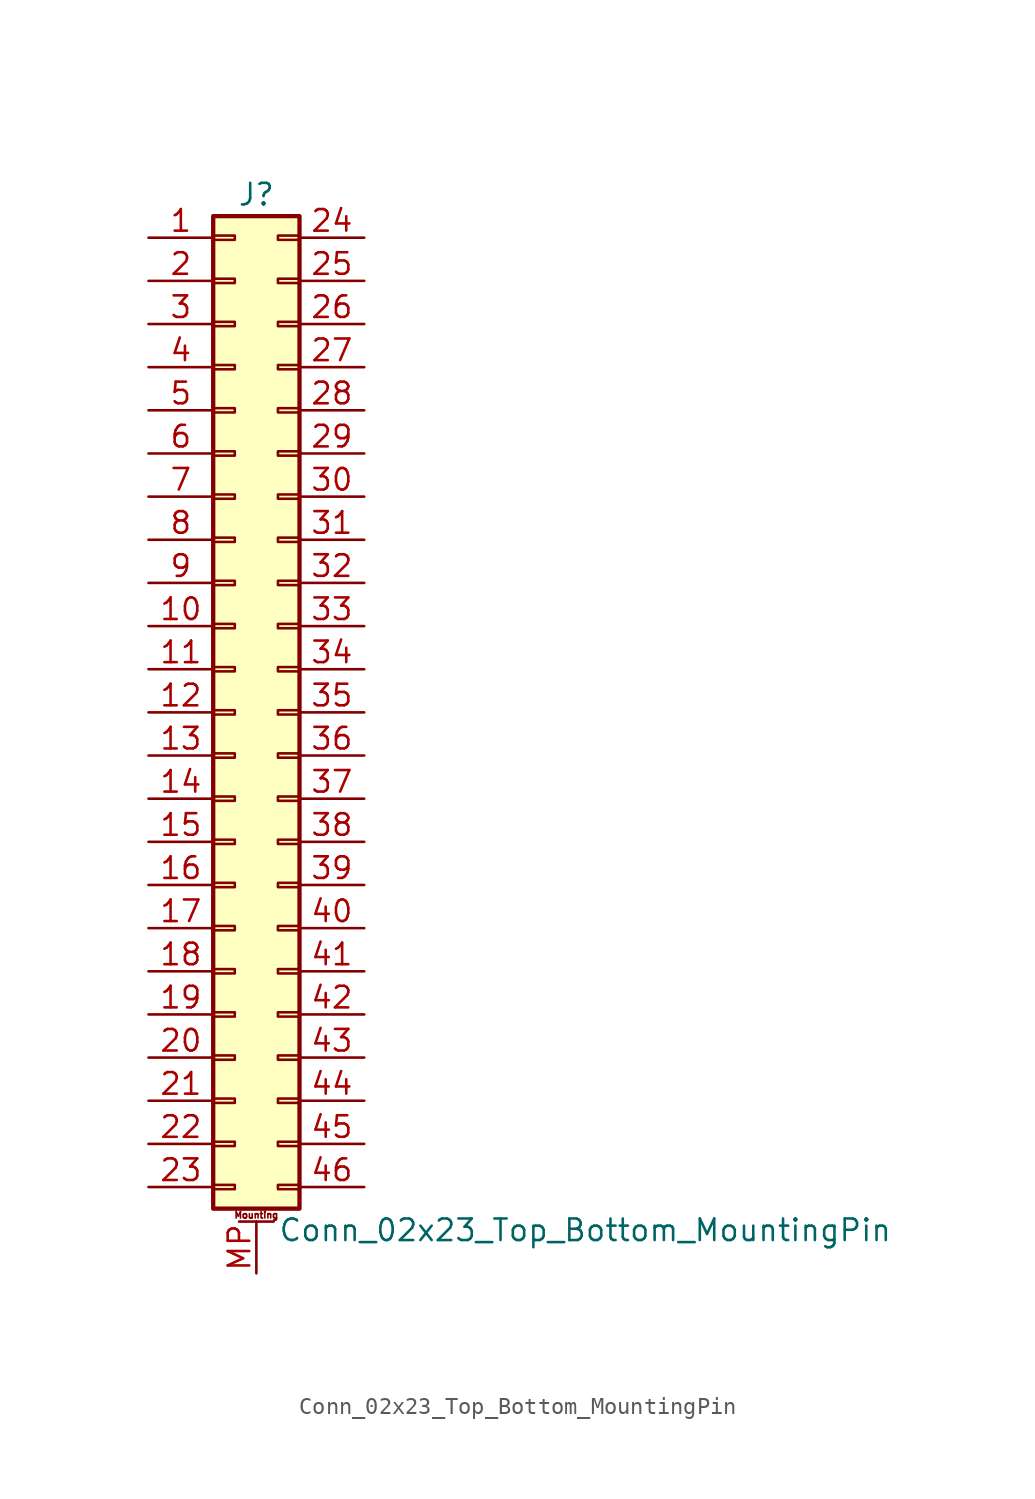
<source format=kicad_sym>
(kicad_symbol_lib
  (version 20211014)
  (generator kicad_symbol_editor)
  (symbol "Conn_02x23_Top_Bottom_MountingPin"
    (pin_names
      (offset 1.016) hide)
    (property "Reference" "J"
      (at 1.27 30.48 0)
      (effects (font (size 1.27 1.27))))
    (property "Value" "Conn_02x23_Top_Bottom_MountingPin"
      (at 2.54 -30.48 0)
      (effects (font (size 1.27 1.27)) (justify left)))
    (symbol "Conn_02x23_Top_Bottom_MountingPin_1_1"
      (rectangle (start -1.27 -27.813) (end 0 -28.067) (stroke (width 0.152) (type default) (color 0 0 0 0)) (fill (type none)))
      (rectangle (start -1.27 -25.273) (end 0 -25.527) (stroke (width 0.152) (type default) (color 0 0 0 0)) (fill (type none)))
      (rectangle (start -1.27 -22.733) (end 0 -22.987) (stroke (width 0.152) (type default) (color 0 0 0 0)) (fill (type none)))
      (rectangle (start -1.27 -20.193) (end 0 -20.447) (stroke (width 0.152) (type default) (color 0 0 0 0)) (fill (type none)))
      (rectangle (start -1.27 -17.653) (end 0 -17.907) (stroke (width 0.152) (type default) (color 0 0 0 0)) (fill (type none)))
      (rectangle (start -1.27 -15.113) (end 0 -15.367) (stroke (width 0.152) (type default) (color 0 0 0 0)) (fill (type none)))
      (rectangle (start -1.27 -12.573) (end 0 -12.827) (stroke (width 0.152) (type default) (color 0 0 0 0)) (fill (type none)))
      (rectangle (start -1.27 -10.033) (end 0 -10.287) (stroke (width 0.152) (type default) (color 0 0 0 0)) (fill (type none)))
      (rectangle (start -1.27 -7.493) (end 0 -7.747) (stroke (width 0.152) (type default) (color 0 0 0 0)) (fill (type none)))
      (rectangle (start -1.27 -4.953) (end 0 -5.207) (stroke (width 0.152) (type default) (color 0 0 0 0)) (fill (type none)))
      (rectangle (start -1.27 -2.413) (end 0 -2.667) (stroke (width 0.152) (type default) (color 0 0 0 0)) (fill (type none)))
      (rectangle (start -1.27 0.127) (end 0 -0.127) (stroke (width 0.152) (type default) (color 0 0 0 0)) (fill (type none)))
      (rectangle (start -1.27 2.667) (end 0 2.413) (stroke (width 0.152) (type default) (color 0 0 0 0)) (fill (type none)))
      (rectangle (start -1.27 5.207) (end 0 4.953) (stroke (width 0.152) (type default) (color 0 0 0 0)) (fill (type none)))
      (rectangle (start -1.27 7.747) (end 0 7.493) (stroke (width 0.152) (type default) (color 0 0 0 0)) (fill (type none)))
      (rectangle (start -1.27 10.287) (end 0 10.033) (stroke (width 0.152) (type default) (color 0 0 0 0)) (fill (type none)))
      (rectangle (start -1.27 12.827) (end 0 12.573) (stroke (width 0.152) (type default) (color 0 0 0 0)) (fill (type none)))
      (rectangle (start -1.27 15.367) (end 0 15.113) (stroke (width 0.152) (type default) (color 0 0 0 0)) (fill (type none)))
      (rectangle (start -1.27 17.907) (end 0 17.653) (stroke (width 0.152) (type default) (color 0 0 0 0)) (fill (type none)))
      (rectangle (start -1.27 20.447) (end 0 20.193) (stroke (width 0.152) (type default) (color 0 0 0 0)) (fill (type none)))
      (rectangle (start -1.27 22.987) (end 0 22.733) (stroke (width 0.152) (type default) (color 0 0 0 0)) (fill (type none)))
      (rectangle (start -1.27 25.527) (end 0 25.273) (stroke (width 0.152) (type default) (color 0 0 0 0)) (fill (type none)))
      (rectangle (start -1.27 28.067) (end 0 27.813) (stroke (width 0.152) (type default) (color 0 0 0 0)) (fill (type none)))
      (rectangle (start -1.27 29.21) (end 3.81 -29.21) (stroke (width 0.254) (type default) (color 0 0 0 0)) (fill (type background)))
      (polyline (pts (xy 0.254 -29.972) (xy 2.286 -29.972)) (stroke (width 0.152) (type default) (color 0 0 0 0)) (fill (type none)))
      (rectangle (start 3.81 -27.813) (end 2.54 -28.067) (stroke (width 0.152) (type default) (color 0 0 0 0)) (fill (type none)))
      (rectangle (start 3.81 -25.273) (end 2.54 -25.527) (stroke (width 0.152) (type default) (color 0 0 0 0)) (fill (type none)))
      (rectangle (start 3.81 -22.733) (end 2.54 -22.987) (stroke (width 0.152) (type default) (color 0 0 0 0)) (fill (type none)))
      (rectangle (start 3.81 -20.193) (end 2.54 -20.447) (stroke (width 0.152) (type default) (color 0 0 0 0)) (fill (type none)))
      (rectangle (start 3.81 -17.653) (end 2.54 -17.907) (stroke (width 0.152) (type default) (color 0 0 0 0)) (fill (type none)))
      (rectangle (start 3.81 -15.113) (end 2.54 -15.367) (stroke (width 0.152) (type default) (color 0 0 0 0)) (fill (type none)))
      (rectangle (start 3.81 -12.573) (end 2.54 -12.827) (stroke (width 0.152) (type default) (color 0 0 0 0)) (fill (type none)))
      (rectangle (start 3.81 -10.033) (end 2.54 -10.287) (stroke (width 0.152) (type default) (color 0 0 0 0)) (fill (type none)))
      (rectangle (start 3.81 -7.493) (end 2.54 -7.747) (stroke (width 0.152) (type default) (color 0 0 0 0)) (fill (type none)))
      (rectangle (start 3.81 -4.953) (end 2.54 -5.207) (stroke (width 0.152) (type default) (color 0 0 0 0)) (fill (type none)))
      (rectangle (start 3.81 -2.413) (end 2.54 -2.667) (stroke (width 0.152) (type default) (color 0 0 0 0)) (fill (type none)))
      (rectangle (start 3.81 0.127) (end 2.54 -0.127) (stroke (width 0.152) (type default) (color 0 0 0 0)) (fill (type none)))
      (rectangle (start 3.81 2.667) (end 2.54 2.413) (stroke (width 0.152) (type default) (color 0 0 0 0)) (fill (type none)))
      (rectangle (start 3.81 5.207) (end 2.54 4.953) (stroke (width 0.152) (type default) (color 0 0 0 0)) (fill (type none)))
      (rectangle (start 3.81 7.747) (end 2.54 7.493) (stroke (width 0.152) (type default) (color 0 0 0 0)) (fill (type none)))
      (rectangle (start 3.81 10.287) (end 2.54 10.033) (stroke (width 0.152) (type default) (color 0 0 0 0)) (fill (type none)))
      (rectangle (start 3.81 12.827) (end 2.54 12.573) (stroke (width 0.152) (type default) (color 0 0 0 0)) (fill (type none)))
      (rectangle (start 3.81 15.367) (end 2.54 15.113) (stroke (width 0.152) (type default) (color 0 0 0 0)) (fill (type none)))
      (rectangle (start 3.81 17.907) (end 2.54 17.653) (stroke (width 0.152) (type default) (color 0 0 0 0)) (fill (type none)))
      (rectangle (start 3.81 20.447) (end 2.54 20.193) (stroke (width 0.152) (type default) (color 0 0 0 0)) (fill (type none)))
      (rectangle (start 3.81 22.987) (end 2.54 22.733) (stroke (width 0.152) (type default) (color 0 0 0 0)) (fill (type none)))
      (rectangle (start 3.81 25.527) (end 2.54 25.273) (stroke (width 0.152) (type default) (color 0 0 0 0)) (fill (type none)))
      (rectangle (start 3.81 28.067) (end 2.54 27.813) (stroke (width 0.152) (type default) (color 0 0 0 0)) (fill (type none)))
      (text "Mounting" (at 1.27 -29.591 0) (effects (font (size 0.381 0.381))))
      (pin passive line (at -5.08 27.94 0) (length 3.81) (name "Pin_1" (effects (font (size 1.27 1.27)))) (number "1" (effects (font (size 1.27 1.27)))))
      (pin passive line (at -5.08 5.08 0) (length 3.81) (name "Pin_10" (effects (font (size 1.27 1.27)))) (number "10" (effects (font (size 1.27 1.27)))))
      (pin passive line (at -5.08 2.54 0) (length 3.81) (name "Pin_11" (effects (font (size 1.27 1.27)))) (number "11" (effects (font (size 1.27 1.27)))))
      (pin passive line (at -5.08 0 0) (length 3.81) (name "Pin_12" (effects (font (size 1.27 1.27)))) (number "12" (effects (font (size 1.27 1.27)))))
      (pin passive line (at -5.08 -2.54 0) (length 3.81) (name "Pin_13" (effects (font (size 1.27 1.27)))) (number "13" (effects (font (size 1.27 1.27)))))
      (pin passive line (at -5.08 -5.08 0) (length 3.81) (name "Pin_14" (effects (font (size 1.27 1.27)))) (number "14" (effects (font (size 1.27 1.27)))))
      (pin passive line (at -5.08 -7.62 0) (length 3.81) (name "Pin_15" (effects (font (size 1.27 1.27)))) (number "15" (effects (font (size 1.27 1.27)))))
      (pin passive line (at -5.08 -10.16 0) (length 3.81) (name "Pin_16" (effects (font (size 1.27 1.27)))) (number "16" (effects (font (size 1.27 1.27)))))
      (pin passive line (at -5.08 -12.7 0) (length 3.81) (name "Pin_17" (effects (font (size 1.27 1.27)))) (number "17" (effects (font (size 1.27 1.27)))))
      (pin passive line (at -5.08 -15.24 0) (length 3.81) (name "Pin_18" (effects (font (size 1.27 1.27)))) (number "18" (effects (font (size 1.27 1.27)))))
      (pin passive line (at -5.08 -17.78 0) (length 3.81) (name "Pin_19" (effects (font (size 1.27 1.27)))) (number "19" (effects (font (size 1.27 1.27)))))
      (pin passive line (at -5.08 25.4 0) (length 3.81) (name "Pin_2" (effects (font (size 1.27 1.27)))) (number "2" (effects (font (size 1.27 1.27)))))
      (pin passive line (at -5.08 -20.32 0) (length 3.81) (name "Pin_20" (effects (font (size 1.27 1.27)))) (number "20" (effects (font (size 1.27 1.27)))))
      (pin passive line (at -5.08 -22.86 0) (length 3.81) (name "Pin_21" (effects (font (size 1.27 1.27)))) (number "21" (effects (font (size 1.27 1.27)))))
      (pin passive line (at -5.08 -25.4 0) (length 3.81) (name "Pin_22" (effects (font (size 1.27 1.27)))) (number "22" (effects (font (size 1.27 1.27)))))
      (pin passive line (at -5.08 -27.94 0) (length 3.81) (name "Pin_23" (effects (font (size 1.27 1.27)))) (number "23" (effects (font (size 1.27 1.27)))))
      (pin passive line (at 7.62 27.94 180) (length 3.81) (name "Pin_24" (effects (font (size 1.27 1.27)))) (number "24" (effects (font (size 1.27 1.27)))))
      (pin passive line (at 7.62 25.4 180) (length 3.81) (name "Pin_25" (effects (font (size 1.27 1.27)))) (number "25" (effects (font (size 1.27 1.27)))))
      (pin passive line (at 7.62 22.86 180) (length 3.81) (name "Pin_26" (effects (font (size 1.27 1.27)))) (number "26" (effects (font (size 1.27 1.27)))))
      (pin passive line (at 7.62 20.32 180) (length 3.81) (name "Pin_27" (effects (font (size 1.27 1.27)))) (number "27" (effects (font (size 1.27 1.27)))))
      (pin passive line (at 7.62 17.78 180) (length 3.81) (name "Pin_28" (effects (font (size 1.27 1.27)))) (number "28" (effects (font (size 1.27 1.27)))))
      (pin passive line (at 7.62 15.24 180) (length 3.81) (name "Pin_29" (effects (font (size 1.27 1.27)))) (number "29" (effects (font (size 1.27 1.27)))))
      (pin passive line (at -5.08 22.86 0) (length 3.81) (name "Pin_3" (effects (font (size 1.27 1.27)))) (number "3" (effects (font (size 1.27 1.27)))))
      (pin passive line (at 7.62 12.7 180) (length 3.81) (name "Pin_30" (effects (font (size 1.27 1.27)))) (number "30" (effects (font (size 1.27 1.27)))))
      (pin passive line (at 7.62 10.16 180) (length 3.81) (name "Pin_31" (effects (font (size 1.27 1.27)))) (number "31" (effects (font (size 1.27 1.27)))))
      (pin passive line (at 7.62 7.62 180) (length 3.81) (name "Pin_32" (effects (font (size 1.27 1.27)))) (number "32" (effects (font (size 1.27 1.27)))))
      (pin passive line (at 7.62 5.08 180) (length 3.81) (name "Pin_33" (effects (font (size 1.27 1.27)))) (number "33" (effects (font (size 1.27 1.27)))))
      (pin passive line (at 7.62 2.54 180) (length 3.81) (name "Pin_34" (effects (font (size 1.27 1.27)))) (number "34" (effects (font (size 1.27 1.27)))))
      (pin passive line (at 7.62 0 180) (length 3.81) (name "Pin_35" (effects (font (size 1.27 1.27)))) (number "35" (effects (font (size 1.27 1.27)))))
      (pin passive line (at 7.62 -2.54 180) (length 3.81) (name "Pin_36" (effects (font (size 1.27 1.27)))) (number "36" (effects (font (size 1.27 1.27)))))
      (pin passive line (at 7.62 -5.08 180) (length 3.81) (name "Pin_37" (effects (font (size 1.27 1.27)))) (number "37" (effects (font (size 1.27 1.27)))))
      (pin passive line (at 7.62 -7.62 180) (length 3.81) (name "Pin_38" (effects (font (size 1.27 1.27)))) (number "38" (effects (font (size 1.27 1.27)))))
      (pin passive line (at 7.62 -10.16 180) (length 3.81) (name "Pin_39" (effects (font (size 1.27 1.27)))) (number "39" (effects (font (size 1.27 1.27)))))
      (pin passive line (at -5.08 20.32 0) (length 3.81) (name "Pin_4" (effects (font (size 1.27 1.27)))) (number "4" (effects (font (size 1.27 1.27)))))
      (pin passive line (at 7.62 -12.7 180) (length 3.81) (name "Pin_40" (effects (font (size 1.27 1.27)))) (number "40" (effects (font (size 1.27 1.27)))))
      (pin passive line (at 7.62 -15.24 180) (length 3.81) (name "Pin_41" (effects (font (size 1.27 1.27)))) (number "41" (effects (font (size 1.27 1.27)))))
      (pin passive line (at 7.62 -17.78 180) (length 3.81) (name "Pin_42" (effects (font (size 1.27 1.27)))) (number "42" (effects (font (size 1.27 1.27)))))
      (pin passive line (at 7.62 -20.32 180) (length 3.81) (name "Pin_43" (effects (font (size 1.27 1.27)))) (number "43" (effects (font (size 1.27 1.27)))))
      (pin passive line (at 7.62 -22.86 180) (length 3.81) (name "Pin_44" (effects (font (size 1.27 1.27)))) (number "44" (effects (font (size 1.27 1.27)))))
      (pin passive line (at 7.62 -25.4 180) (length 3.81) (name "Pin_45" (effects (font (size 1.27 1.27)))) (number "45" (effects (font (size 1.27 1.27)))))
      (pin passive line (at 7.62 -27.94 180) (length 3.81) (name "Pin_46" (effects (font (size 1.27 1.27)))) (number "46" (effects (font (size 1.27 1.27)))))
      (pin passive line (at -5.08 17.78 0) (length 3.81) (name "Pin_5" (effects (font (size 1.27 1.27)))) (number "5" (effects (font (size 1.27 1.27)))))
      (pin passive line (at -5.08 15.24 0) (length 3.81) (name "Pin_6" (effects (font (size 1.27 1.27)))) (number "6" (effects (font (size 1.27 1.27)))))
      (pin passive line (at -5.08 12.7 0) (length 3.81) (name "Pin_7" (effects (font (size 1.27 1.27)))) (number "7" (effects (font (size 1.27 1.27)))))
      (pin passive line (at -5.08 10.16 0) (length 3.81) (name "Pin_8" (effects (font (size 1.27 1.27)))) (number "8" (effects (font (size 1.27 1.27)))))
      (pin passive line (at -5.08 7.62 0) (length 3.81) (name "Pin_9" (effects (font (size 1.27 1.27)))) (number "9" (effects (font (size 1.27 1.27)))))
      (pin passive line (at 1.27 -33.02 90) (length 3.048) (name "MountPin" (effects (font (size 1.27 1.27)))) (number "MP" (effects (font (size 1.27 1.27))))))))
</source>
